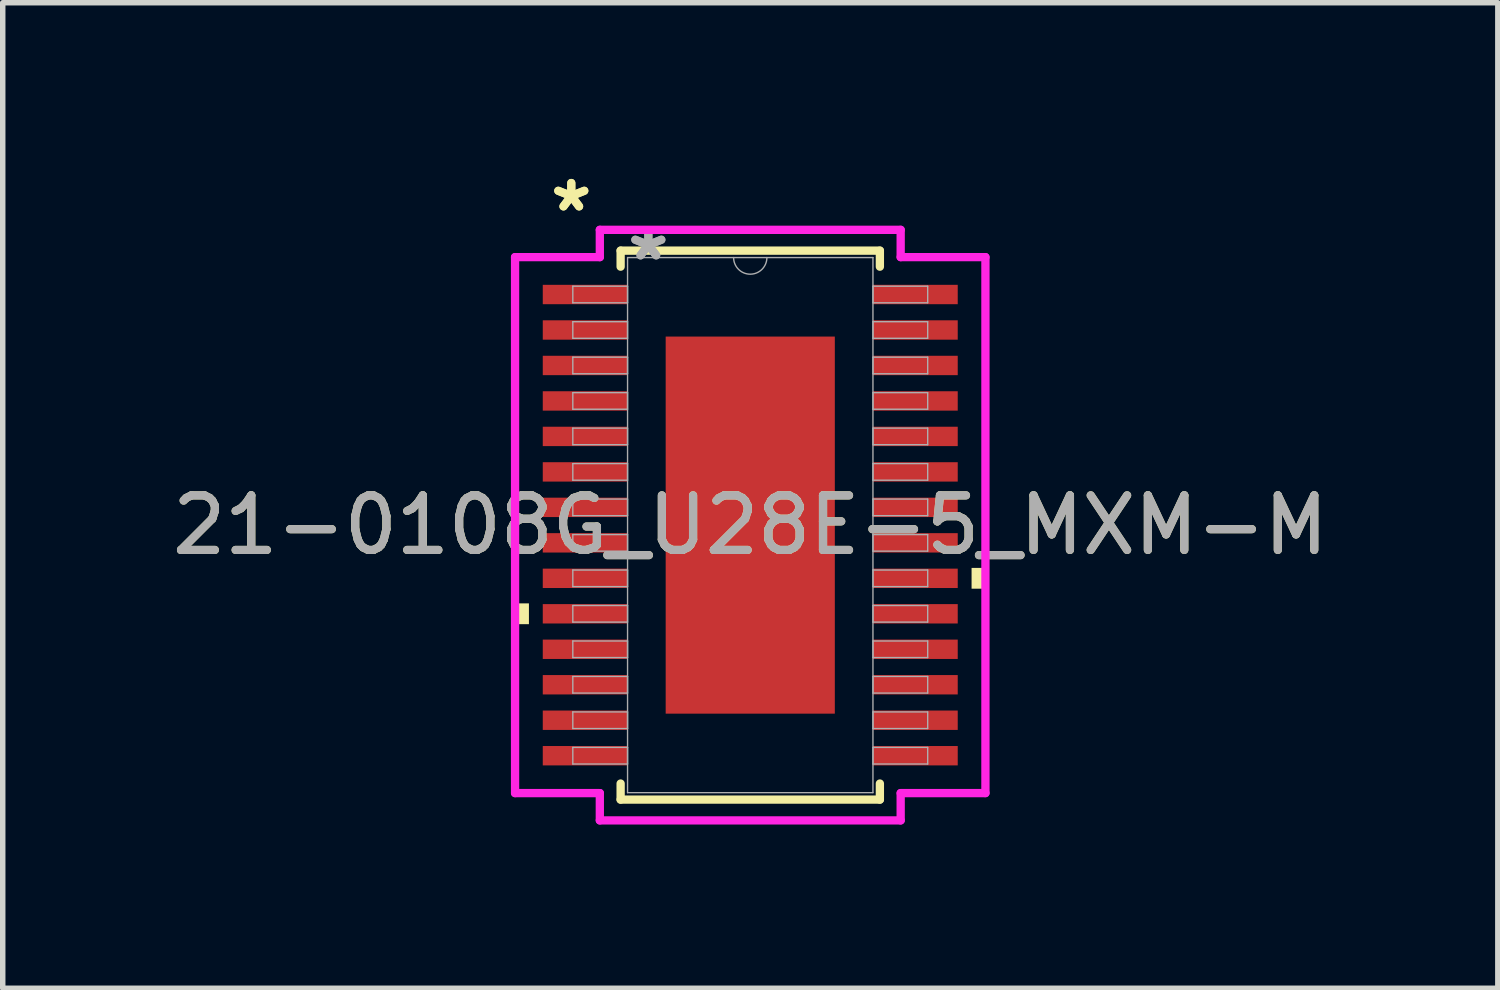
<source format=kicad_pcb>
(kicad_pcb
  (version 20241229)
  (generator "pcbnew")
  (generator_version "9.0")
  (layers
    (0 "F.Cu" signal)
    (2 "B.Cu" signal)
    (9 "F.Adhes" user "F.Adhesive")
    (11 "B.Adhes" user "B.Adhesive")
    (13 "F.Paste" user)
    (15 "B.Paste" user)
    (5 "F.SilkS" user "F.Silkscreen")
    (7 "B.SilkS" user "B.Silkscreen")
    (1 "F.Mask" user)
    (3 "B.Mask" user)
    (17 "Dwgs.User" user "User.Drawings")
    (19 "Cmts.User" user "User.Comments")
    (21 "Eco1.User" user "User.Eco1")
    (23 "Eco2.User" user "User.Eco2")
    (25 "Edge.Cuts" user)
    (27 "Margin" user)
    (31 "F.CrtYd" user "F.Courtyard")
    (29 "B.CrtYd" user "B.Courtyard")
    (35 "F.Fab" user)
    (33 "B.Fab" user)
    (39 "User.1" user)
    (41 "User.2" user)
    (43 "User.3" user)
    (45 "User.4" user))
  (footprint "21-0108G_U28E-5_MXM-M"
    (layer "F.Cu")
    (at 10.696 6.571)
    (property "Reference" "21-0108G_U28E-5_MXM-M" (at 0 0 0) (unlocked yes) (layer "F.SilkS") (effects (font (size 1 1) (thickness 0.15))))
    (attr smd)
    (fp_line (start -2.375 -5.029) (end -2.375 -4.735) (stroke (width 0.152) (type solid)) (layer "F.SilkS"))
    (fp_line (start -2.375 4.735) (end -2.375 5.029) (stroke (width 0.152) (type solid)) (layer "F.SilkS"))
    (fp_line (start -2.375 5.029) (end 2.375 5.029) (stroke (width 0.152) (type solid)) (layer "F.SilkS"))
    (fp_line (start 2.375 -5.029) (end -2.375 -5.029) (stroke (width 0.152) (type solid)) (layer "F.SilkS"))
    (fp_line (start 2.375 -4.735) (end 2.375 -5.029) (stroke (width 0.152) (type solid)) (layer "F.SilkS"))
    (fp_line (start 2.375 5.029) (end 2.375 4.735) (stroke (width 0.152) (type solid)) (layer "F.SilkS"))
    (fp_poly (pts (xy -4.309 1.434) (xy -4.309 1.815) (xy -4.055 1.815) (xy -4.055 1.434)) (stroke (width 0) (type solid)) (fill yes) (layer "F.SilkS"))
    (fp_poly (pts (xy 4.309 0.784) (xy 4.309 1.165) (xy 4.055 1.165) (xy 4.055 0.784)) (stroke (width 0) (type solid)) (fill yes) (layer "F.SilkS"))
    (fp_poly (pts (xy -1.449 -3.354) (xy -1.449 -2.173) (xy -0.1 -2.173) (xy -0.1 -3.354)) (stroke (width 0) (type solid)) (fill yes) (layer "F.Paste"))
    (fp_poly (pts (xy -1.449 -1.973) (xy -1.449 -0.791) (xy -0.1 -0.791) (xy -0.1 -1.973)) (stroke (width 0) (type solid)) (fill yes) (layer "F.Paste"))
    (fp_poly (pts (xy -1.449 -0.591) (xy -1.449 0.591) (xy -0.1 0.591) (xy -0.1 -0.591)) (stroke (width 0) (type solid)) (fill yes) (layer "F.Paste"))
    (fp_poly (pts (xy -1.449 0.791) (xy -1.449 1.973) (xy -0.1 1.973) (xy -0.1 0.791)) (stroke (width 0) (type solid)) (fill yes) (layer "F.Paste"))
    (fp_poly (pts (xy -1.449 2.173) (xy -1.449 3.354) (xy -0.1 3.354) (xy -0.1 2.173)) (stroke (width 0) (type solid)) (fill yes) (layer "F.Paste"))
    (fp_poly (pts (xy 0.1 -3.354) (xy 0.1 -2.173) (xy 1.449 -2.173) (xy 1.449 -3.354)) (stroke (width 0) (type solid)) (fill yes) (layer "F.Paste"))
    (fp_poly (pts (xy 0.1 -1.973) (xy 0.1 -0.791) (xy 1.449 -0.791) (xy 1.449 -1.973)) (stroke (width 0) (type solid)) (fill yes) (layer "F.Paste"))
    (fp_poly (pts (xy 0.1 -0.591) (xy 0.1 0.591) (xy 1.449 0.591) (xy 1.449 -0.591)) (stroke (width 0) (type solid)) (fill yes) (layer "F.Paste"))
    (fp_poly (pts (xy 0.1 0.791) (xy 0.1 1.973) (xy 1.449 1.973) (xy 1.449 0.791)) (stroke (width 0) (type solid)) (fill yes) (layer "F.Paste"))
    (fp_poly (pts (xy 0.1 2.173) (xy 0.1 3.354) (xy 1.449 3.354) (xy 1.449 2.173)) (stroke (width 0) (type solid)) (fill yes) (layer "F.Paste"))
    (fp_line (start -4.309 -4.91) (end -2.756 -4.91) (stroke (width 0.152) (type solid)) (layer "F.CrtYd"))
    (fp_line (start -4.309 4.91) (end -4.309 -4.91) (stroke (width 0.152) (type solid)) (layer "F.CrtYd"))
    (fp_line (start -4.309 4.91) (end -2.756 4.91) (stroke (width 0.152) (type solid)) (layer "F.CrtYd"))
    (fp_line (start -2.756 -5.41) (end 2.756 -5.41) (stroke (width 0.152) (type solid)) (layer "F.CrtYd"))
    (fp_line (start -2.756 -4.91) (end -2.756 -5.41) (stroke (width 0.152) (type solid)) (layer "F.CrtYd"))
    (fp_line (start -2.756 5.41) (end -2.756 4.91) (stroke (width 0.152) (type solid)) (layer "F.CrtYd"))
    (fp_line (start 2.756 -5.41) (end 2.756 -4.91) (stroke (width 0.152) (type solid)) (layer "F.CrtYd"))
    (fp_line (start 2.756 4.91) (end 2.756 5.41) (stroke (width 0.152) (type solid)) (layer "F.CrtYd"))
    (fp_line (start 2.756 5.41) (end -2.756 5.41) (stroke (width 0.152) (type solid)) (layer "F.CrtYd"))
    (fp_line (start 4.309 -4.91) (end 2.756 -4.91) (stroke (width 0.152) (type solid)) (layer "F.CrtYd"))
    (fp_line (start 4.309 -4.91) (end 4.309 4.91) (stroke (width 0.152) (type solid)) (layer "F.CrtYd"))
    (fp_line (start 4.309 4.91) (end 2.756 4.91) (stroke (width 0.152) (type solid)) (layer "F.CrtYd"))
    (fp_line (start -3.251 -4.377) (end -3.251 -4.073) (stroke (width 0.025) (type solid)) (layer "F.Fab"))
    (fp_line (start -3.251 -4.073) (end -2.248 -4.073) (stroke (width 0.025) (type solid)) (layer "F.Fab"))
    (fp_line (start -3.251 -3.727) (end -3.251 -3.423) (stroke (width 0.025) (type solid)) (layer "F.Fab"))
    (fp_line (start -3.251 -3.423) (end -2.248 -3.423) (stroke (width 0.025) (type solid)) (layer "F.Fab"))
    (fp_line (start -3.251 -3.077) (end -3.251 -2.773) (stroke (width 0.025) (type solid)) (layer "F.Fab"))
    (fp_line (start -3.251 -2.773) (end -2.248 -2.773) (stroke (width 0.025) (type solid)) (layer "F.Fab"))
    (fp_line (start -3.251 -2.427) (end -3.251 -2.123) (stroke (width 0.025) (type solid)) (layer "F.Fab"))
    (fp_line (start -3.251 -2.123) (end -2.248 -2.123) (stroke (width 0.025) (type solid)) (layer "F.Fab"))
    (fp_line (start -3.251 -1.777) (end -3.251 -1.473) (stroke (width 0.025) (type solid)) (layer "F.Fab"))
    (fp_line (start -3.251 -1.473) (end -2.248 -1.473) (stroke (width 0.025) (type solid)) (layer "F.Fab"))
    (fp_line (start -3.251 -1.127) (end -3.251 -0.823) (stroke (width 0.025) (type solid)) (layer "F.Fab"))
    (fp_line (start -3.251 -0.823) (end -2.248 -0.823) (stroke (width 0.025) (type solid)) (layer "F.Fab"))
    (fp_line (start -3.251 -0.477) (end -3.251 -0.173) (stroke (width 0.025) (type solid)) (layer "F.Fab"))
    (fp_line (start -3.251 -0.173) (end -2.248 -0.173) (stroke (width 0.025) (type solid)) (layer "F.Fab"))
    (fp_line (start -3.251 0.173) (end -3.251 0.477) (stroke (width 0.025) (type solid)) (layer "F.Fab"))
    (fp_line (start -3.251 0.477) (end -2.248 0.477) (stroke (width 0.025) (type solid)) (layer "F.Fab"))
    (fp_line (start -3.251 0.823) (end -3.251 1.127) (stroke (width 0.025) (type solid)) (layer "F.Fab"))
    (fp_line (start -3.251 1.127) (end -2.248 1.127) (stroke (width 0.025) (type solid)) (layer "F.Fab"))
    (fp_line (start -3.251 1.473) (end -3.251 1.777) (stroke (width 0.025) (type solid)) (layer "F.Fab"))
    (fp_line (start -3.251 1.777) (end -2.248 1.777) (stroke (width 0.025) (type solid)) (layer "F.Fab"))
    (fp_line (start -3.251 2.123) (end -3.251 2.427) (stroke (width 0.025) (type solid)) (layer "F.Fab"))
    (fp_line (start -3.251 2.427) (end -2.248 2.427) (stroke (width 0.025) (type solid)) (layer "F.Fab"))
    (fp_line (start -3.251 2.773) (end -3.251 3.077) (stroke (width 0.025) (type solid)) (layer "F.Fab"))
    (fp_line (start -3.251 3.077) (end -2.248 3.077) (stroke (width 0.025) (type solid)) (layer "F.Fab"))
    (fp_line (start -3.251 3.423) (end -3.251 3.727) (stroke (width 0.025) (type solid)) (layer "F.Fab"))
    (fp_line (start -3.251 3.727) (end -2.248 3.727) (stroke (width 0.025) (type solid)) (layer "F.Fab"))
    (fp_line (start -3.251 4.073) (end -3.251 4.377) (stroke (width 0.025) (type solid)) (layer "F.Fab"))
    (fp_line (start -3.251 4.377) (end -2.248 4.377) (stroke (width 0.025) (type solid)) (layer "F.Fab"))
    (fp_line (start -2.248 -4.902) (end -2.248 4.902) (stroke (width 0.025) (type solid)) (layer "F.Fab"))
    (fp_line (start -2.248 -4.377) (end -3.251 -4.377) (stroke (width 0.025) (type solid)) (layer "F.Fab"))
    (fp_line (start -2.248 -4.073) (end -2.248 -4.377) (stroke (width 0.025) (type solid)) (layer "F.Fab"))
    (fp_line (start -2.248 -3.727) (end -3.251 -3.727) (stroke (width 0.025) (type solid)) (layer "F.Fab"))
    (fp_line (start -2.248 -3.423) (end -2.248 -3.727) (stroke (width 0.025) (type solid)) (layer "F.Fab"))
    (fp_line (start -2.248 -3.077) (end -3.251 -3.077) (stroke (width 0.025) (type solid)) (layer "F.Fab"))
    (fp_line (start -2.248 -2.773) (end -2.248 -3.077) (stroke (width 0.025) (type solid)) (layer "F.Fab"))
    (fp_line (start -2.248 -2.427) (end -3.251 -2.427) (stroke (width 0.025) (type solid)) (layer "F.Fab"))
    (fp_line (start -2.248 -2.123) (end -2.248 -2.427) (stroke (width 0.025) (type solid)) (layer "F.Fab"))
    (fp_line (start -2.248 -1.777) (end -3.251 -1.777) (stroke (width 0.025) (type solid)) (layer "F.Fab"))
    (fp_line (start -2.248 -1.473) (end -2.248 -1.777) (stroke (width 0.025) (type solid)) (layer "F.Fab"))
    (fp_line (start -2.248 -1.127) (end -3.251 -1.127) (stroke (width 0.025) (type solid)) (layer "F.Fab"))
    (fp_line (start -2.248 -0.823) (end -2.248 -1.127) (stroke (width 0.025) (type solid)) (layer "F.Fab"))
    (fp_line (start -2.248 -0.477) (end -3.251 -0.477) (stroke (width 0.025) (type solid)) (layer "F.Fab"))
    (fp_line (start -2.248 -0.173) (end -2.248 -0.477) (stroke (width 0.025) (type solid)) (layer "F.Fab"))
    (fp_line (start -2.248 0.173) (end -3.251 0.173) (stroke (width 0.025) (type solid)) (layer "F.Fab"))
    (fp_line (start -2.248 0.477) (end -2.248 0.173) (stroke (width 0.025) (type solid)) (layer "F.Fab"))
    (fp_line (start -2.248 0.823) (end -3.251 0.823) (stroke (width 0.025) (type solid)) (layer "F.Fab"))
    (fp_line (start -2.248 1.127) (end -2.248 0.823) (stroke (width 0.025) (type solid)) (layer "F.Fab"))
    (fp_line (start -2.248 1.473) (end -3.251 1.473) (stroke (width 0.025) (type solid)) (layer "F.Fab"))
    (fp_line (start -2.248 1.777) (end -2.248 1.473) (stroke (width 0.025) (type solid)) (layer "F.Fab"))
    (fp_line (start -2.248 2.123) (end -3.251 2.123) (stroke (width 0.025) (type solid)) (layer "F.Fab"))
    (fp_line (start -2.248 2.427) (end -2.248 2.123) (stroke (width 0.025) (type solid)) (layer "F.Fab"))
    (fp_line (start -2.248 2.773) (end -3.251 2.773) (stroke (width 0.025) (type solid)) (layer "F.Fab"))
    (fp_line (start -2.248 3.077) (end -2.248 2.773) (stroke (width 0.025) (type solid)) (layer "F.Fab"))
    (fp_line (start -2.248 3.423) (end -3.251 3.423) (stroke (width 0.025) (type solid)) (layer "F.Fab"))
    (fp_line (start -2.248 3.727) (end -2.248 3.423) (stroke (width 0.025) (type solid)) (layer "F.Fab"))
    (fp_line (start -2.248 4.073) (end -3.251 4.073) (stroke (width 0.025) (type solid)) (layer "F.Fab"))
    (fp_line (start -2.248 4.377) (end -2.248 4.073) (stroke (width 0.025) (type solid)) (layer "F.Fab"))
    (fp_line (start -2.248 4.902) (end 2.248 4.902) (stroke (width 0.025) (type solid)) (layer "F.Fab"))
    (fp_line (start 2.248 -4.902) (end -2.248 -4.902) (stroke (width 0.025) (type solid)) (layer "F.Fab"))
    (fp_line (start 2.248 -4.377) (end 2.248 -4.073) (stroke (width 0.025) (type solid)) (layer "F.Fab"))
    (fp_line (start 2.248 -4.073) (end 3.251 -4.073) (stroke (width 0.025) (type solid)) (layer "F.Fab"))
    (fp_line (start 2.248 -3.727) (end 2.248 -3.423) (stroke (width 0.025) (type solid)) (layer "F.Fab"))
    (fp_line (start 2.248 -3.423) (end 3.251 -3.423) (stroke (width 0.025) (type solid)) (layer "F.Fab"))
    (fp_line (start 2.248 -3.077) (end 2.248 -2.773) (stroke (width 0.025) (type solid)) (layer "F.Fab"))
    (fp_line (start 2.248 -2.773) (end 3.251 -2.773) (stroke (width 0.025) (type solid)) (layer "F.Fab"))
    (fp_line (start 2.248 -2.427) (end 2.248 -2.123) (stroke (width 0.025) (type solid)) (layer "F.Fab"))
    (fp_line (start 2.248 -2.123) (end 3.251 -2.123) (stroke (width 0.025) (type solid)) (layer "F.Fab"))
    (fp_line (start 2.248 -1.777) (end 2.248 -1.473) (stroke (width 0.025) (type solid)) (layer "F.Fab"))
    (fp_line (start 2.248 -1.473) (end 3.251 -1.473) (stroke (width 0.025) (type solid)) (layer "F.Fab"))
    (fp_line (start 2.248 -1.127) (end 2.248 -0.823) (stroke (width 0.025) (type solid)) (layer "F.Fab"))
    (fp_line (start 2.248 -0.823) (end 3.251 -0.823) (stroke (width 0.025) (type solid)) (layer "F.Fab"))
    (fp_line (start 2.248 -0.477) (end 2.248 -0.173) (stroke (width 0.025) (type solid)) (layer "F.Fab"))
    (fp_line (start 2.248 -0.173) (end 3.251 -0.173) (stroke (width 0.025) (type solid)) (layer "F.Fab"))
    (fp_line (start 2.248 0.173) (end 2.248 0.477) (stroke (width 0.025) (type solid)) (layer "F.Fab"))
    (fp_line (start 2.248 0.477) (end 3.251 0.477) (stroke (width 0.025) (type solid)) (layer "F.Fab"))
    (fp_line (start 2.248 0.823) (end 2.248 1.127) (stroke (width 0.025) (type solid)) (layer "F.Fab"))
    (fp_line (start 2.248 1.127) (end 3.251 1.127) (stroke (width 0.025) (type solid)) (layer "F.Fab"))
    (fp_line (start 2.248 1.473) (end 2.248 1.777) (stroke (width 0.025) (type solid)) (layer "F.Fab"))
    (fp_line (start 2.248 1.777) (end 3.251 1.777) (stroke (width 0.025) (type solid)) (layer "F.Fab"))
    (fp_line (start 2.248 2.123) (end 2.248 2.427) (stroke (width 0.025) (type solid)) (layer "F.Fab"))
    (fp_line (start 2.248 2.427) (end 3.251 2.427) (stroke (width 0.025) (type solid)) (layer "F.Fab"))
    (fp_line (start 2.248 2.773) (end 2.248 3.077) (stroke (width 0.025) (type solid)) (layer "F.Fab"))
    (fp_line (start 2.248 3.077) (end 3.251 3.077) (stroke (width 0.025) (type solid)) (layer "F.Fab"))
    (fp_line (start 2.248 3.423) (end 2.248 3.727) (stroke (width 0.025) (type solid)) (layer "F.Fab"))
    (fp_line (start 2.248 3.727) (end 3.251 3.727) (stroke (width 0.025) (type solid)) (layer "F.Fab"))
    (fp_line (start 2.248 4.073) (end 2.248 4.377) (stroke (width 0.025) (type solid)) (layer "F.Fab"))
    (fp_line (start 2.248 4.377) (end 3.251 4.377) (stroke (width 0.025) (type solid)) (layer "F.Fab"))
    (fp_line (start 2.248 4.902) (end 2.248 -4.902) (stroke (width 0.025) (type solid)) (layer "F.Fab"))
    (fp_line (start 3.251 -4.377) (end 2.248 -4.377) (stroke (width 0.025) (type solid)) (layer "F.Fab"))
    (fp_line (start 3.251 -4.073) (end 3.251 -4.377) (stroke (width 0.025) (type solid)) (layer "F.Fab"))
    (fp_line (start 3.251 -3.727) (end 2.248 -3.727) (stroke (width 0.025) (type solid)) (layer "F.Fab"))
    (fp_line (start 3.251 -3.423) (end 3.251 -3.727) (stroke (width 0.025) (type solid)) (layer "F.Fab"))
    (fp_line (start 3.251 -3.077) (end 2.248 -3.077) (stroke (width 0.025) (type solid)) (layer "F.Fab"))
    (fp_line (start 3.251 -2.773) (end 3.251 -3.077) (stroke (width 0.025) (type solid)) (layer "F.Fab"))
    (fp_line (start 3.251 -2.427) (end 2.248 -2.427) (stroke (width 0.025) (type solid)) (layer "F.Fab"))
    (fp_line (start 3.251 -2.123) (end 3.251 -2.427) (stroke (width 0.025) (type solid)) (layer "F.Fab"))
    (fp_line (start 3.251 -1.777) (end 2.248 -1.777) (stroke (width 0.025) (type solid)) (layer "F.Fab"))
    (fp_line (start 3.251 -1.473) (end 3.251 -1.777) (stroke (width 0.025) (type solid)) (layer "F.Fab"))
    (fp_line (start 3.251 -1.127) (end 2.248 -1.127) (stroke (width 0.025) (type solid)) (layer "F.Fab"))
    (fp_line (start 3.251 -0.823) (end 3.251 -1.127) (stroke (width 0.025) (type solid)) (layer "F.Fab"))
    (fp_line (start 3.251 -0.477) (end 2.248 -0.477) (stroke (width 0.025) (type solid)) (layer "F.Fab"))
    (fp_line (start 3.251 -0.173) (end 3.251 -0.477) (stroke (width 0.025) (type solid)) (layer "F.Fab"))
    (fp_line (start 3.251 0.173) (end 2.248 0.173) (stroke (width 0.025) (type solid)) (layer "F.Fab"))
    (fp_line (start 3.251 0.477) (end 3.251 0.173) (stroke (width 0.025) (type solid)) (layer "F.Fab"))
    (fp_line (start 3.251 0.823) (end 2.248 0.823) (stroke (width 0.025) (type solid)) (layer "F.Fab"))
    (fp_line (start 3.251 1.127) (end 3.251 0.823) (stroke (width 0.025) (type solid)) (layer "F.Fab"))
    (fp_line (start 3.251 1.473) (end 2.248 1.473) (stroke (width 0.025) (type solid)) (layer "F.Fab"))
    (fp_line (start 3.251 1.777) (end 3.251 1.473) (stroke (width 0.025) (type solid)) (layer "F.Fab"))
    (fp_line (start 3.251 2.123) (end 2.248 2.123) (stroke (width 0.025) (type solid)) (layer "F.Fab"))
    (fp_line (start 3.251 2.427) (end 3.251 2.123) (stroke (width 0.025) (type solid)) (layer "F.Fab"))
    (fp_line (start 3.251 2.773) (end 2.248 2.773) (stroke (width 0.025) (type solid)) (layer "F.Fab"))
    (fp_line (start 3.251 3.077) (end 3.251 2.773) (stroke (width 0.025) (type solid)) (layer "F.Fab"))
    (fp_line (start 3.251 3.423) (end 2.248 3.423) (stroke (width 0.025) (type solid)) (layer "F.Fab"))
    (fp_line (start 3.251 3.727) (end 3.251 3.423) (stroke (width 0.025) (type solid)) (layer "F.Fab"))
    (fp_line (start 3.251 4.073) (end 2.248 4.073) (stroke (width 0.025) (type solid)) (layer "F.Fab"))
    (fp_line (start 3.251 4.377) (end 3.251 4.073) (stroke (width 0.025) (type solid)) (layer "F.Fab"))
    (fp_arc (start 0.3048 -4.9022) (mid 0 -4.5974) (end -0.3048 -4.9022) (stroke (width 0.0254) (type solid)) (layer "F.Fab"))
    (fp_text user "*" (at -3.279 -5.723 0) (layer "F.SilkS") (effects (font (size 1 1) (thickness 0.15))))
    (fp_text user "*" (at -3.279 -5.723 0) (unlocked yes) (layer "F.SilkS") (effects (font (size 1 1) (thickness 0.15))))
    (fp_text user "*" (at -1.867 -4.826 0) (layer "F.Fab") (effects (font (size 1 1) (thickness 0.15))))
    (fp_text user "${REFERENCE}" (at 0 0 0) (unlocked yes) (layer "F.Fab") (effects (font (size 1 1) (thickness 0.15))))
    (fp_text user "*" (at -1.867 -4.826 0) (unlocked yes) (layer "F.Fab") (effects (font (size 1 1) (thickness 0.15))))
    (pad "1" smd rect (at -3.025 -4.225) (size 1.553 0.355) (layers "F.Cu" "F.Mask" "F.Paste"))
    (pad "2" smd rect (at -3.025 -3.575) (size 1.553 0.355) (layers "F.Cu" "F.Mask" "F.Paste"))
    (pad "3" smd rect (at -3.025 -2.925) (size 1.553 0.355) (layers "F.Cu" "F.Mask" "F.Paste"))
    (pad "4" smd rect (at -3.025 -2.275) (size 1.553 0.355) (layers "F.Cu" "F.Mask" "F.Paste"))
    (pad "5" smd rect (at -3.025 -1.625) (size 1.553 0.355) (layers "F.Cu" "F.Mask" "F.Paste"))
    (pad "6" smd rect (at -3.025 -0.975) (size 1.553 0.355) (layers "F.Cu" "F.Mask" "F.Paste"))
    (pad "7" smd rect (at -3.025 -0.325) (size 1.553 0.355) (layers "F.Cu" "F.Mask" "F.Paste"))
    (pad "8" smd rect (at -3.025 0.325) (size 1.553 0.355) (layers "F.Cu" "F.Mask" "F.Paste"))
    (pad "9" smd rect (at -3.025 0.975) (size 1.553 0.355) (layers "F.Cu" "F.Mask" "F.Paste"))
    (pad "10" smd rect (at -3.025 1.625) (size 1.553 0.355) (layers "F.Cu" "F.Mask" "F.Paste"))
    (pad "11" smd rect (at -3.025 2.275) (size 1.553 0.355) (layers "F.Cu" "F.Mask" "F.Paste"))
    (pad "12" smd rect (at -3.025 2.925) (size 1.553 0.355) (layers "F.Cu" "F.Mask" "F.Paste"))
    (pad "13" smd rect (at -3.025 3.575) (size 1.553 0.355) (layers "F.Cu" "F.Mask" "F.Paste"))
    (pad "14" smd rect (at -3.025 4.225) (size 1.553 0.355) (layers "F.Cu" "F.Mask" "F.Paste"))
    (pad "15" smd rect (at 3.025 4.225) (size 1.553 0.355) (layers "F.Cu" "F.Mask" "F.Paste"))
    (pad "16" smd rect (at 3.025 3.575) (size 1.553 0.355) (layers "F.Cu" "F.Mask" "F.Paste"))
    (pad "17" smd rect (at 3.025 2.925) (size 1.553 0.355) (layers "F.Cu" "F.Mask" "F.Paste"))
    (pad "18" smd rect (at 3.025 2.275) (size 1.553 0.355) (layers "F.Cu" "F.Mask" "F.Paste"))
    (pad "19" smd rect (at 3.025 1.625) (size 1.553 0.355) (layers "F.Cu" "F.Mask" "F.Paste"))
    (pad "20" smd rect (at 3.025 0.975) (size 1.553 0.355) (layers "F.Cu" "F.Mask" "F.Paste"))
    (pad "21" smd rect (at 3.025 0.325) (size 1.553 0.355) (layers "F.Cu" "F.Mask" "F.Paste"))
    (pad "22" smd rect (at 3.025 -0.325) (size 1.553 0.355) (layers "F.Cu" "F.Mask" "F.Paste"))
    (pad "23" smd rect (at 3.025 -0.975) (size 1.553 0.355) (layers "F.Cu" "F.Mask" "F.Paste"))
    (pad "24" smd rect (at 3.025 -1.625) (size 1.553 0.355) (layers "F.Cu" "F.Mask" "F.Paste"))
    (pad "25" smd rect (at 3.025 -2.275) (size 1.553 0.355) (layers "F.Cu" "F.Mask" "F.Paste"))
    (pad "26" smd rect (at 3.025 -2.925) (size 1.553 0.355) (layers "F.Cu" "F.Mask" "F.Paste"))
    (pad "27" smd rect (at 3.025 -3.575) (size 1.553 0.355) (layers "F.Cu" "F.Mask" "F.Paste"))
    (pad "28" smd rect (at 3.025 -4.225) (size 1.553 0.355) (layers "F.Cu" "F.Mask" "F.Paste"))
    (pad "EPAD" smd rect (at 0 0) (size 3.099 6.909) (layers "F.Cu" "F.Mask")))
  (gr_rect
    (start -3 -3)
    (end 24.393 15.057)
    (stroke (width 0.1) (type default))
    (fill no)
    (layer "Edge.Cuts")))
</source>
